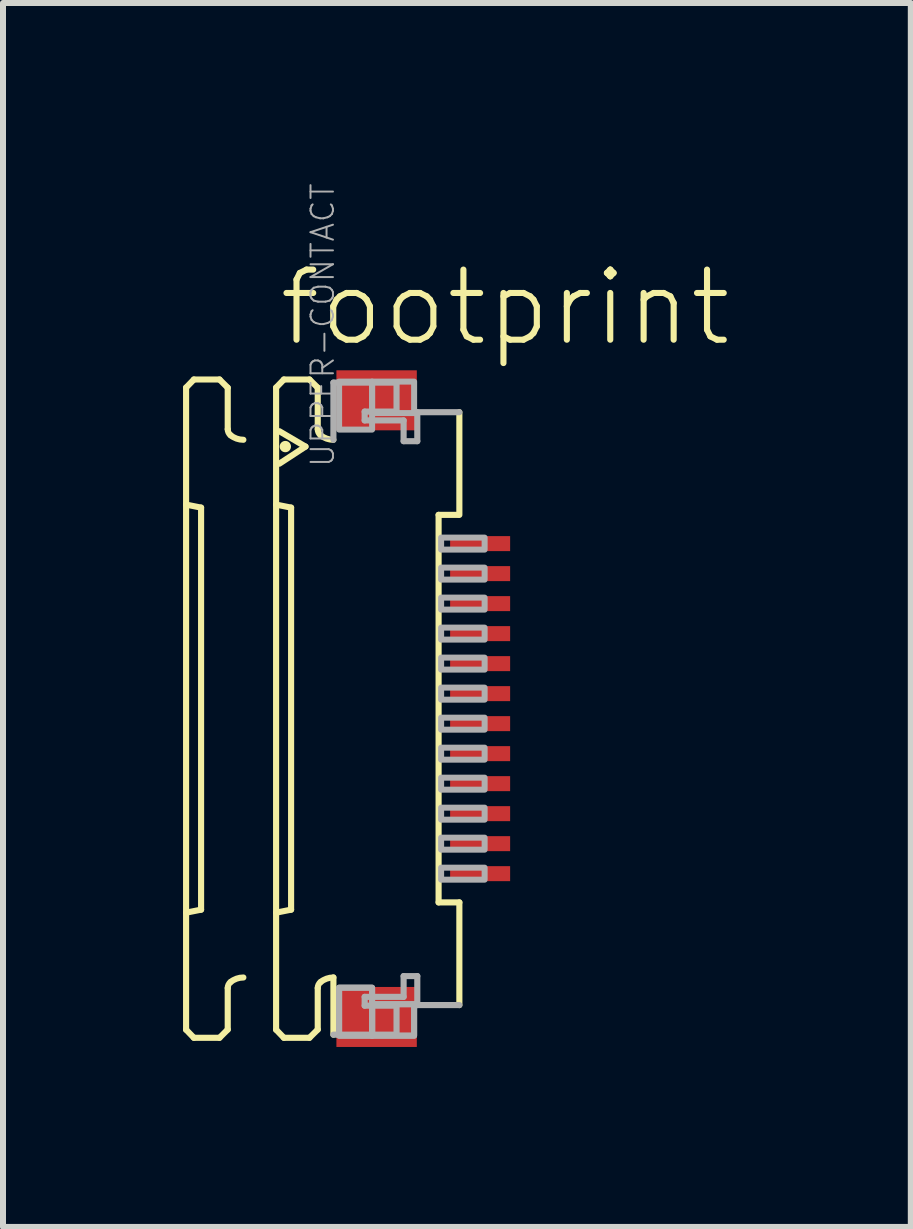
<source format=kicad_pcb>
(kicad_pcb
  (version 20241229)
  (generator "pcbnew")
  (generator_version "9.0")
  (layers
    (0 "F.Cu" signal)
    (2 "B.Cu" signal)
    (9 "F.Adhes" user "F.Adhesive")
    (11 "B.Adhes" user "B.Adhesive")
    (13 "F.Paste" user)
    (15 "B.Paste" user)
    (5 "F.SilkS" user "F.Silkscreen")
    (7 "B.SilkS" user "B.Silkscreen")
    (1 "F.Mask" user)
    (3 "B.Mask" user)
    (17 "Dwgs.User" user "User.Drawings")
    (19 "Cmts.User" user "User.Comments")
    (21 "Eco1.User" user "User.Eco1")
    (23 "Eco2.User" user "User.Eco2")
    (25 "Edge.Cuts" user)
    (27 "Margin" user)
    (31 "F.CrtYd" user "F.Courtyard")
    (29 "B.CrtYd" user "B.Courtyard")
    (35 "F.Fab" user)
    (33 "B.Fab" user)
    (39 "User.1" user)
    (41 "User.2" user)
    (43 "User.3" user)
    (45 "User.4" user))
  (footprint "footprint"
    (layer "F.Cu")
    (at 3.046 8.759)
    (property "Reference" "footprint" (at -1.5 -6 0) (layer "F.SilkS") (effects (font (size 1.168 1.168) (thickness 0.102)) (justify left bottom)))
    (fp_poly (pts (xy 1.355 -2.575) (xy 2.455 -2.575) (xy 2.455 -2.925) (xy 1.355 -2.925)) (stroke (width 0) (type solid)) (fill yes) (layer "F.Mask"))
    (fp_poly (pts (xy 1.355 -2.075) (xy 2.455 -2.075) (xy 2.455 -2.425) (xy 1.355 -2.425)) (stroke (width 0) (type solid)) (fill yes) (layer "F.Mask"))
    (fp_poly (pts (xy 1.355 -1.575) (xy 2.455 -1.575) (xy 2.455 -1.925) (xy 1.355 -1.925)) (stroke (width 0) (type solid)) (fill yes) (layer "F.Mask"))
    (fp_poly (pts (xy 1.355 -1.075) (xy 2.455 -1.075) (xy 2.455 -1.425) (xy 1.355 -1.425)) (stroke (width 0) (type solid)) (fill yes) (layer "F.Mask"))
    (fp_poly (pts (xy 1.355 -0.575) (xy 2.455 -0.575) (xy 2.455 -0.925) (xy 1.355 -0.925)) (stroke (width 0) (type solid)) (fill yes) (layer "F.Mask"))
    (fp_poly (pts (xy 1.355 -0.075) (xy 2.455 -0.075) (xy 2.455 -0.425) (xy 1.355 -0.425)) (stroke (width 0) (type solid)) (fill yes) (layer "F.Mask"))
    (fp_poly (pts (xy 1.355 0.425) (xy 2.455 0.425) (xy 2.455 0.075) (xy 1.355 0.075)) (stroke (width 0) (type solid)) (fill yes) (layer "F.Mask"))
    (fp_poly (pts (xy 1.355 0.925) (xy 2.455 0.925) (xy 2.455 0.575) (xy 1.355 0.575)) (stroke (width 0) (type solid)) (fill yes) (layer "F.Mask"))
    (fp_poly (pts (xy 1.355 1.425) (xy 2.455 1.425) (xy 2.455 1.075) (xy 1.355 1.075)) (stroke (width 0) (type solid)) (fill yes) (layer "F.Mask"))
    (fp_poly (pts (xy 1.355 1.925) (xy 2.455 1.925) (xy 2.455 1.575) (xy 1.355 1.575)) (stroke (width 0) (type solid)) (fill yes) (layer "F.Mask"))
    (fp_poly (pts (xy 1.355 2.425) (xy 2.455 2.425) (xy 2.455 2.075) (xy 1.355 2.075)) (stroke (width 0) (type solid)) (fill yes) (layer "F.Mask"))
    (fp_poly (pts (xy 1.355 2.925) (xy 2.455 2.925) (xy 2.455 2.575) (xy 1.355 2.575)) (stroke (width 0) (type solid)) (fill yes) (layer "F.Mask"))
    (fp_line (start -2.995 -5.35) (end -2.865 -5.485) (stroke (width 0.102) (type solid)) (layer "F.SilkS"))
    (fp_line (start -2.995 -3.4) (end -2.745 -3.35) (stroke (width 0.102) (type solid)) (layer "F.SilkS"))
    (fp_line (start -2.995 5.35) (end -2.995 -5.35) (stroke (width 0.102) (type solid)) (layer "F.SilkS"))
    (fp_line (start -2.995 5.35) (end -2.865 5.485) (stroke (width 0.102) (type solid)) (layer "F.SilkS"))
    (fp_line (start -2.865 -5.485) (end -2.438 -5.485) (stroke (width 0.102) (type solid)) (layer "F.SilkS"))
    (fp_line (start -2.865 5.485) (end -2.438 5.485) (stroke (width 0.102) (type solid)) (layer "F.SilkS"))
    (fp_line (start -2.745 3.35) (end -2.995 3.4) (stroke (width 0.102) (type solid)) (layer "F.SilkS"))
    (fp_line (start -2.745 3.35) (end -2.745 -3.35) (stroke (width 0.102) (type solid)) (layer "F.SilkS"))
    (fp_line (start -2.438 -5.485) (end -2.301 -5.348) (stroke (width 0.102) (type solid)) (layer "F.SilkS"))
    (fp_line (start -2.438 5.485) (end -2.301 5.348) (stroke (width 0.102) (type solid)) (layer "F.SilkS"))
    (fp_line (start -2.301 -5.348) (end -2.301 -4.656) (stroke (width 0.102) (type solid)) (layer "F.SilkS"))
    (fp_line (start -2.301 5.348) (end -2.301 4.656) (stroke (width 0.102) (type solid)) (layer "F.SilkS"))
    (fp_line (start -1.495 -5.35) (end -1.365 -5.485) (stroke (width 0.102) (type solid)) (layer "F.SilkS"))
    (fp_line (start -1.495 -3.4) (end -1.245 -3.35) (stroke (width 0.102) (type solid)) (layer "F.SilkS"))
    (fp_line (start -1.495 5.35) (end -1.495 -5.35) (stroke (width 0.102) (type solid)) (layer "F.SilkS"))
    (fp_line (start -1.495 5.35) (end -1.365 5.485) (stroke (width 0.102) (type solid)) (layer "F.SilkS"))
    (fp_line (start -1.441 -4.623) (end -1.005 -4.367) (stroke (width 0.102) (type solid)) (layer "F.SilkS"))
    (fp_line (start -1.365 -5.485) (end -0.939 -5.485) (stroke (width 0.102) (type solid)) (layer "F.SilkS"))
    (fp_line (start -1.365 5.485) (end -0.939 5.485) (stroke (width 0.102) (type solid)) (layer "F.SilkS"))
    (fp_line (start -1.245 3.35) (end -1.495 3.4) (stroke (width 0.102) (type solid)) (layer "F.SilkS"))
    (fp_line (start -1.245 3.35) (end -1.245 -3.35) (stroke (width 0.102) (type solid)) (layer "F.SilkS"))
    (fp_line (start -1.005 -4.367) (end -1.441 -4.082) (stroke (width 0.102) (type solid)) (layer "F.SilkS"))
    (fp_line (start -0.939 -5.485) (end -0.801 -5.348) (stroke (width 0.102) (type solid)) (layer "F.SilkS"))
    (fp_line (start -0.939 5.485) (end -0.801 5.348) (stroke (width 0.102) (type solid)) (layer "F.SilkS"))
    (fp_line (start -0.801 -5.348) (end -0.801 -4.656) (stroke (width 0.102) (type solid)) (layer "F.SilkS"))
    (fp_line (start -0.801 5.348) (end -0.801 4.656) (stroke (width 0.102) (type solid)) (layer "F.SilkS"))
    (fp_line (start -0.54 4.48) (end -0.54 5.433) (stroke (width 0.102) (type solid)) (layer "F.SilkS"))
    (fp_line (start 1.213 3.229) (end 1.213 -3.229) (stroke (width 0.102) (type solid)) (layer "F.SilkS"))
    (fp_line (start 1.538 -3.229) (end 1.213 -3.229) (stroke (width 0.102) (type solid)) (layer "F.SilkS"))
    (fp_line (start 1.559 -4.94) (end 1.559 -3.229) (stroke (width 0.102) (type solid)) (layer "F.SilkS"))
    (fp_line (start 1.559 3.229) (end 1.213 3.229) (stroke (width 0.102) (type solid)) (layer "F.SilkS"))
    (fp_line (start 1.559 4.94) (end 1.559 3.229) (stroke (width 0.102) (type solid)) (layer "F.SilkS"))
    (fp_arc (start -2.301 4.6557) (mid -2.288538 4.600596) (end -2.2536 4.556199) (stroke (width 0.1016) (type solid)) (layer "F.SilkS"))
    (fp_arc (start -2.2536 -4.556199) (mid -2.288538 -4.600596) (end -2.301 -4.6557) (stroke (width 0.1016) (type solid)) (layer "F.SilkS"))
    (fp_arc (start -2.2536 4.5562) (mid -2.153476 4.499935) (end -2.0403 4.480399) (stroke (width 0.1016) (type solid)) (layer "F.SilkS"))
    (fp_arc (start -2.0403 -4.480399) (mid -2.153476 -4.499935) (end -2.2536 -4.5562) (stroke (width 0.1016) (type solid)) (layer "F.SilkS"))
    (fp_arc (start -0.801 4.6557) (mid -0.788538 4.600596) (end -0.7536 4.556199) (stroke (width 0.1016) (type solid)) (layer "F.SilkS"))
    (fp_arc (start -0.7536 -4.556199) (mid -0.788538 -4.600596) (end -0.801 -4.6557) (stroke (width 0.1016) (type solid)) (layer "F.SilkS"))
    (fp_arc (start -0.7536 4.5562) (mid -0.653476 4.499935) (end -0.5403 4.480399) (stroke (width 0.1016) (type solid)) (layer "F.SilkS"))
    (fp_arc (start -0.5403 -4.480399) (mid -0.653476 -4.499935) (end -0.7536 -4.5562) (stroke (width 0.1016) (type solid)) (layer "F.SilkS"))
    (fp_circle (center -1.341 -4.367) (end -1.294 -4.367) (stroke (width 0.095) (type solid)) (fill yes) (layer "F.SilkS"))
    (fp_line (start -0.54 -5.433) (end 0.512 -5.433) (stroke (width 0.102) (type solid)) (layer "F.Fab"))
    (fp_line (start -0.54 -4.48) (end -0.54 -5.433) (stroke (width 0.102) (type solid)) (layer "F.Fab"))
    (fp_line (start -0.54 5.433) (end 0.512 5.433) (stroke (width 0.102) (type solid)) (layer "F.Fab"))
    (fp_line (start -0.019 -4.95) (end -0.019 -4.803) (stroke (width 0.102) (type solid)) (layer "F.Fab"))
    (fp_line (start -0.019 -4.803) (end 0.63 -4.803) (stroke (width 0.102) (type solid)) (layer "F.Fab"))
    (fp_line (start -0.019 4.803) (end 0.63 4.803) (stroke (width 0.102) (type solid)) (layer "F.Fab"))
    (fp_line (start -0.019 4.95) (end -0.019 4.803) (stroke (width 0.102) (type solid)) (layer "F.Fab"))
    (fp_line (start 0.512 -5.433) (end 0.512 -4.95) (stroke (width 0.102) (type solid)) (layer "F.Fab"))
    (fp_line (start 0.512 -4.95) (end -0.019 -4.95) (stroke (width 0.102) (type solid)) (layer "F.Fab"))
    (fp_line (start 0.512 4.95) (end -0.019 4.95) (stroke (width 0.102) (type solid)) (layer "F.Fab"))
    (fp_line (start 0.512 5.433) (end 0.512 4.95) (stroke (width 0.102) (type solid)) (layer "F.Fab"))
    (fp_line (start 0.63 -4.803) (end 0.63 -4.457) (stroke (width 0.102) (type solid)) (layer "F.Fab"))
    (fp_line (start 0.63 -4.457) (end 0.858 -4.457) (stroke (width 0.102) (type solid)) (layer "F.Fab"))
    (fp_line (start 0.63 4.457) (end 0.858 4.457) (stroke (width 0.102) (type solid)) (layer "F.Fab"))
    (fp_line (start 0.63 4.803) (end 0.63 4.457) (stroke (width 0.102) (type solid)) (layer "F.Fab"))
    (fp_line (start 0.858 -4.94) (end 1.559 -4.94) (stroke (width 0.102) (type solid)) (layer "F.Fab"))
    (fp_line (start 0.858 -4.457) (end 0.858 -4.94) (stroke (width 0.102) (type solid)) (layer "F.Fab"))
    (fp_line (start 0.858 4.457) (end 0.858 4.94) (stroke (width 0.102) (type solid)) (layer "F.Fab"))
    (fp_line (start 0.858 4.94) (end 1.559 4.94) (stroke (width 0.102) (type solid)) (layer "F.Fab"))
    (fp_poly (pts (xy -0.445 -4.65) (xy 0.105 -4.65) (xy 0.105 -5.45) (xy -0.445 -5.45)) (stroke (width 0.1) (type solid)) (fill no) (layer "F.Fab"))
    (fp_poly (pts (xy -0.445 5.45) (xy 0.105 5.45) (xy 0.105 4.65) (xy -0.445 4.65)) (stroke (width 0.1) (type solid)) (fill no) (layer "F.Fab"))
    (fp_poly (pts (xy -0.445 5.45) (xy 0.105 5.45) (xy 0.105 4.65) (xy -0.445 4.65)) (stroke (width 0.1) (type solid)) (fill no) (layer "F.Fab"))
    (fp_poly (pts (xy 0.105 -4.925) (xy 0.805 -4.925) (xy 0.805 -5.45) (xy 0.105 -5.45)) (stroke (width 0.1) (type solid)) (fill no) (layer "F.Fab"))
    (fp_poly (pts (xy 0.105 5.45) (xy 0.805 5.45) (xy 0.805 4.925) (xy 0.105 4.925)) (stroke (width 0.1) (type solid)) (fill no) (layer "F.Fab"))
    (fp_poly (pts (xy 0.105 5.45) (xy 0.805 5.45) (xy 0.805 4.925) (xy 0.105 4.925)) (stroke (width 0.1) (type solid)) (fill no) (layer "F.Fab"))
    (fp_poly (pts (xy 1.255 -2.65) (xy 1.98 -2.65) (xy 1.98 -2.85) (xy 1.255 -2.85)) (stroke (width 0.1) (type solid)) (fill no) (layer "F.Fab"))
    (fp_poly (pts (xy 1.255 -2.15) (xy 1.98 -2.15) (xy 1.98 -2.35) (xy 1.255 -2.35)) (stroke (width 0.1) (type solid)) (fill no) (layer "F.Fab"))
    (fp_poly (pts (xy 1.255 -1.65) (xy 1.98 -1.65) (xy 1.98 -1.85) (xy 1.255 -1.85)) (stroke (width 0.1) (type solid)) (fill no) (layer "F.Fab"))
    (fp_poly (pts (xy 1.255 -1.15) (xy 1.98 -1.15) (xy 1.98 -1.35) (xy 1.255 -1.35)) (stroke (width 0.1) (type solid)) (fill no) (layer "F.Fab"))
    (fp_poly (pts (xy 1.255 -0.65) (xy 1.98 -0.65) (xy 1.98 -0.85) (xy 1.255 -0.85)) (stroke (width 0.1) (type solid)) (fill no) (layer "F.Fab"))
    (fp_poly (pts (xy 1.255 -0.15) (xy 1.98 -0.15) (xy 1.98 -0.35) (xy 1.255 -0.35)) (stroke (width 0.1) (type solid)) (fill no) (layer "F.Fab"))
    (fp_poly (pts (xy 1.255 0.35) (xy 1.98 0.35) (xy 1.98 0.15) (xy 1.255 0.15)) (stroke (width 0.1) (type solid)) (fill no) (layer "F.Fab"))
    (fp_poly (pts (xy 1.255 0.85) (xy 1.98 0.85) (xy 1.98 0.65) (xy 1.255 0.65)) (stroke (width 0.1) (type solid)) (fill no) (layer "F.Fab"))
    (fp_poly (pts (xy 1.255 1.35) (xy 1.98 1.35) (xy 1.98 1.15) (xy 1.255 1.15)) (stroke (width 0.1) (type solid)) (fill no) (layer "F.Fab"))
    (fp_poly (pts (xy 1.255 1.85) (xy 1.98 1.85) (xy 1.98 1.65) (xy 1.255 1.65)) (stroke (width 0.1) (type solid)) (fill no) (layer "F.Fab"))
    (fp_poly (pts (xy 1.255 2.35) (xy 1.98 2.35) (xy 1.98 2.15) (xy 1.255 2.15)) (stroke (width 0.1) (type solid)) (fill no) (layer "F.Fab"))
    (fp_poly (pts (xy 1.255 2.85) (xy 1.98 2.85) (xy 1.98 2.65) (xy 1.255 2.65)) (stroke (width 0.1) (type solid)) (fill no) (layer "F.Fab"))
    (fp_text user "UPPER-CONTACT" (at -0.5 -4 270) (layer "F.Fab") (effects (font (size 0.374 0.374) (thickness 0.033)) (justify left bottom)))
    (pad "1" smd rect (at 1.905 -2.75) (size 1 0.25) (layers "F.Cu" "F.Paste"))
    (pad "2" smd rect (at 1.905 -2.25) (size 1 0.25) (layers "F.Cu" "F.Paste"))
    (pad "3" smd rect (at 1.905 -1.75) (size 1 0.25) (layers "F.Cu" "F.Paste"))
    (pad "4" smd rect (at 1.905 -1.25) (size 1 0.25) (layers "F.Cu" "F.Paste"))
    (pad "5" smd rect (at 1.905 -0.75) (size 1 0.25) (layers "F.Cu" "F.Paste"))
    (pad "6" smd rect (at 1.905 -0.25) (size 1 0.25) (layers "F.Cu" "F.Paste"))
    (pad "7" smd rect (at 1.905 0.25) (size 1 0.25) (layers "F.Cu" "F.Paste"))
    (pad "8" smd rect (at 1.905 0.75) (size 1 0.25) (layers "F.Cu" "F.Paste"))
    (pad "9" smd rect (at 1.905 1.25) (size 1 0.25) (layers "F.Cu" "F.Paste"))
    (pad "10" smd rect (at 1.905 1.75) (size 1 0.25) (layers "F.Cu" "F.Paste"))
    (pad "11" smd rect (at 1.905 2.25) (size 1 0.25) (layers "F.Cu" "F.Paste"))
    (pad "12" smd rect (at 1.905 2.75) (size 1 0.25) (layers "F.Cu" "F.Paste"))
    (pad "M1" smd rect (at 0.18 -5.138) (size 1.34 1) (layers "F.Cu" "F.Mask" "F.Paste"))
    (pad "M2" smd rect (at 0.18 5.138) (size 1.34 1) (layers "F.Cu" "F.Mask" "F.Paste")))
  (gr_rect
    (start -3 -3)
    (end 12.128 17.396)
    (stroke (width 0.1) (type default))
    (fill no)
    (layer "Edge.Cuts")))
</source>
